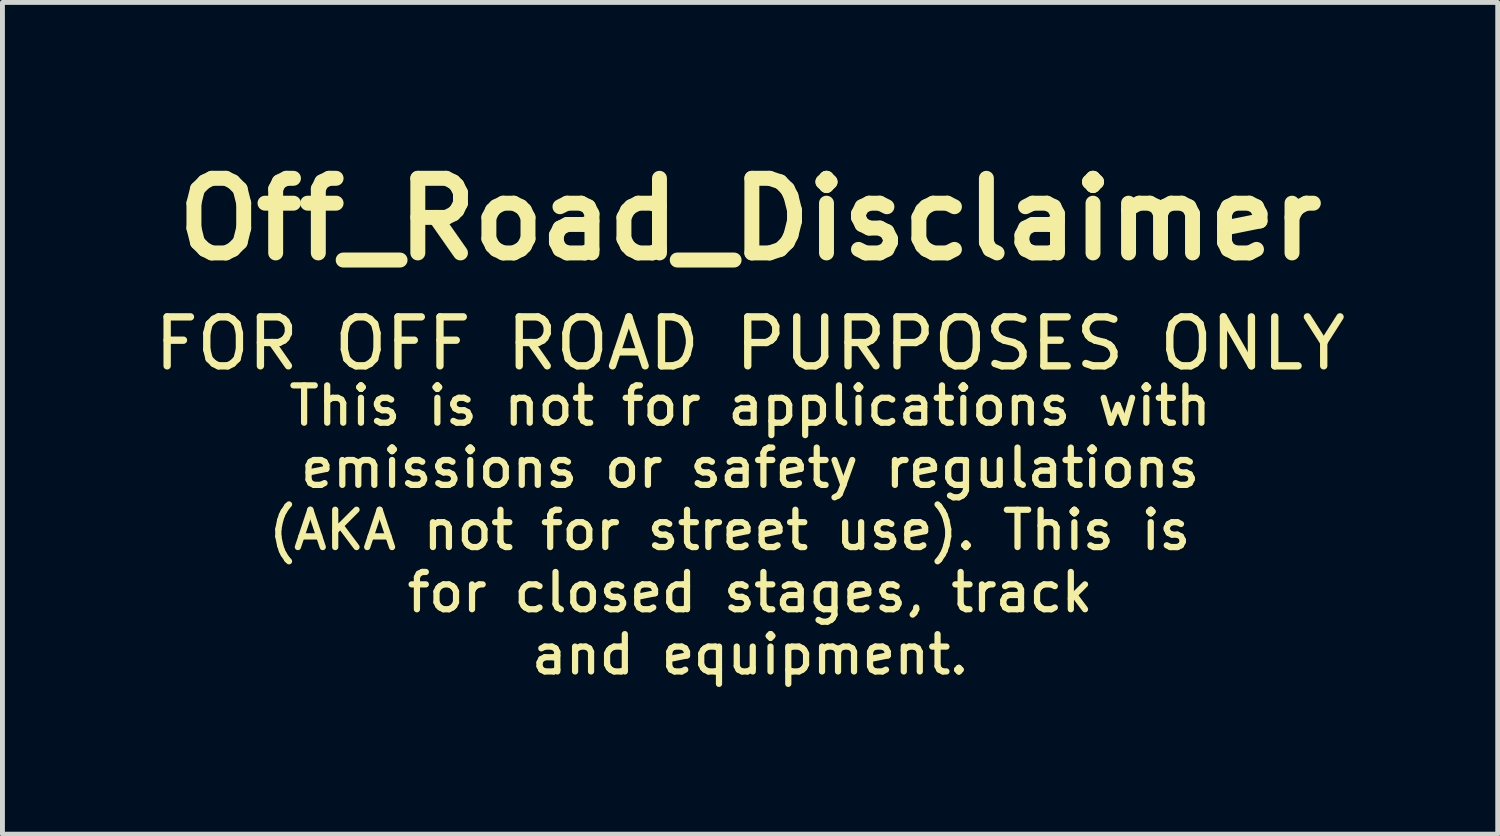
<source format=kicad_pcb>
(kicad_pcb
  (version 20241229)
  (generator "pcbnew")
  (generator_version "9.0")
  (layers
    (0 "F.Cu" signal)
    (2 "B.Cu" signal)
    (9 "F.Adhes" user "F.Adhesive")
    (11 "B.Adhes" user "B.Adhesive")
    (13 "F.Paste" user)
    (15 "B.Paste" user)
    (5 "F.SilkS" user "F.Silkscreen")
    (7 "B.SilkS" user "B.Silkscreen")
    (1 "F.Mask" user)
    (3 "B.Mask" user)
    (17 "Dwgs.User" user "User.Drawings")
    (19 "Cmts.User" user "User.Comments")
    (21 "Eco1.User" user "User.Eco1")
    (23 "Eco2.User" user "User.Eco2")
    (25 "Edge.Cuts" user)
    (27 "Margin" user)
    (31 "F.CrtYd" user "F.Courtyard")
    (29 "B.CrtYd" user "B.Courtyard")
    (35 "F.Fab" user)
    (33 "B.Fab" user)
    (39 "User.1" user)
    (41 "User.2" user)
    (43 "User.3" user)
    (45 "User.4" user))
  (footprint "Off_Road_Disclaimer"
    (layer "F.Cu")
    (at 12.268 7.141)
    (property "Reference" "Off_Road_Disclaimer" (at 0 -5.715 0) (layer "F.SilkS") (effects (font (size 1.524 1.524) (thickness 0.305))))
    (attr through_hole)
    (fp_text user "and equipment." (at 0 3.175 0) (layer "F.SilkS") (effects (font (size 0.762 0.762) (thickness 0.127))))
    (fp_text user "emissions or safety regulations" (at 0 -0.635 0) (layer "F.SilkS") (effects (font (size 0.762 0.762) (thickness 0.127))))
    (fp_text user "This is not for applications with" (at 0 -1.905 0) (layer "F.SilkS") (effects (font (size 0.762 0.762) (thickness 0.127))))
    (fp_text user "for closed stages, track" (at 0 1.905 0) (layer "F.SilkS") (effects (font (size 0.762 0.762) (thickness 0.127))))
    (fp_text user "FOR OFF ROAD PURPOSES ONLY" (at 0 -3.175 0) (layer "F.SilkS") (effects (font (size 1 1) (thickness 0.15))))
    (fp_text user "(AKA not for street use). This is " (at -0.127 0.635 0) (layer "F.SilkS") (effects (font (size 0.762 0.762) (thickness 0.127)))))
  (gr_rect
    (start -3 -3)
    (end 27.536 13.985)
    (stroke (width 0.1) (type default))
    (fill no)
    (layer "Edge.Cuts")))
</source>
